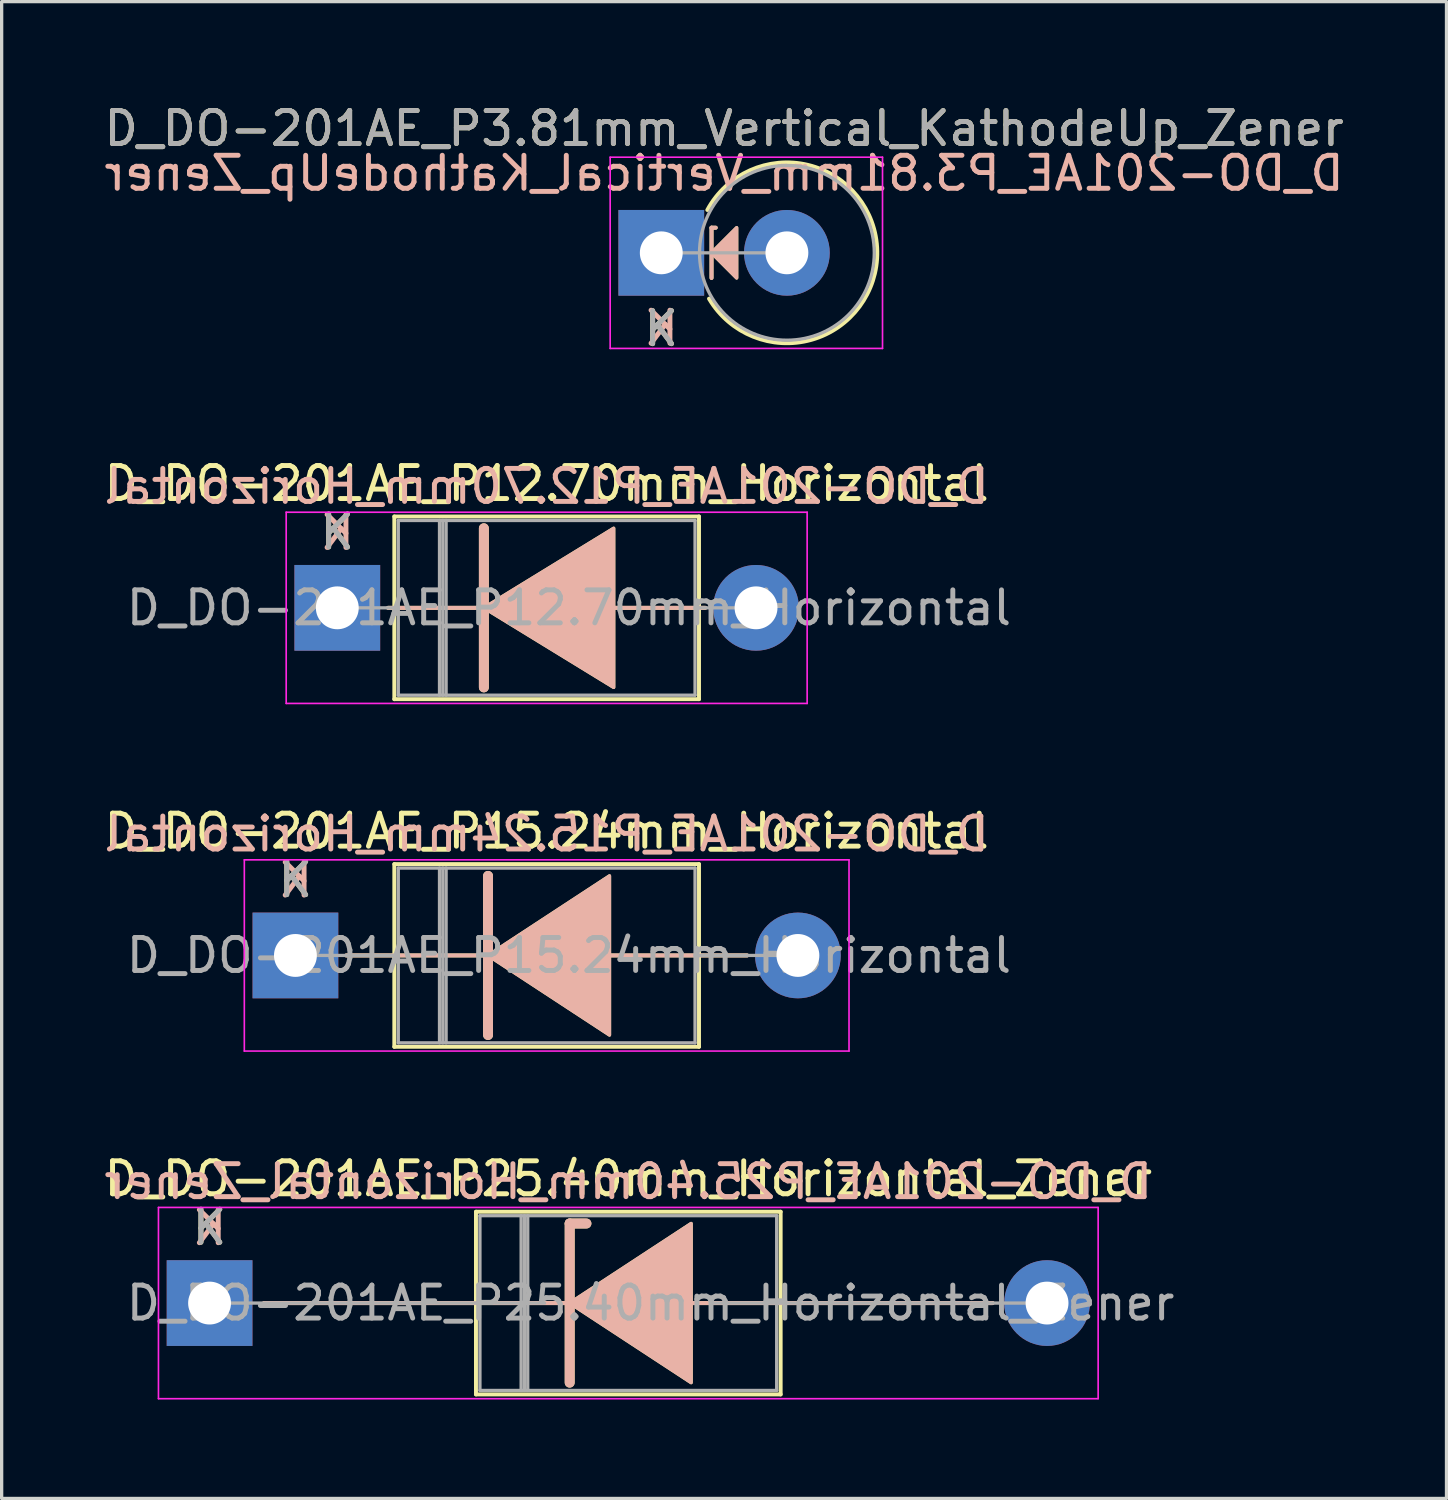
<source format=kicad_pcb>
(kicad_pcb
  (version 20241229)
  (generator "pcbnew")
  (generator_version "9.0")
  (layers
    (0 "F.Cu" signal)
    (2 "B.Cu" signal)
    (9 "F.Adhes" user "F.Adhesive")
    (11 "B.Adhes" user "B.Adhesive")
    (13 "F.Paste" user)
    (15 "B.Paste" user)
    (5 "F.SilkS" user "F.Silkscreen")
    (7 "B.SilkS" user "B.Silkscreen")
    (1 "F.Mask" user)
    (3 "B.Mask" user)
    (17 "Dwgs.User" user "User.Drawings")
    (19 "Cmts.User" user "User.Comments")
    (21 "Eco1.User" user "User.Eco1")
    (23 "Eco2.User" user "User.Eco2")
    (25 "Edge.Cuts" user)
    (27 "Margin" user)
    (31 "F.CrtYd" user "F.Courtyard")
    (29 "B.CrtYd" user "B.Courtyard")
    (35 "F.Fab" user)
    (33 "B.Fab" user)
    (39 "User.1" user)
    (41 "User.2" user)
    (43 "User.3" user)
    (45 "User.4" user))
  (footprint "D_DO-201AE_P15.24mm_Horizontal"
    (layer "F.Cu")
    (at 5.91 25.928)
    (property "Reference" "D_DO-201AE_P15.24mm_Horizontal" (at 7.62 -3.77 0) (layer "F.SilkS") (effects (font (size 1 1) (thickness 0.15))))
    (fp_line (start 1.54 0) (end 3 0) (stroke (width 0.12) (type solid)) (layer "F.SilkS"))
    (fp_line (start 3 -2.77) (end 3 2.77) (stroke (width 0.12) (type solid)) (layer "F.SilkS"))
    (fp_line (start 3 2.77) (end 12.24 2.77) (stroke (width 0.12) (type solid)) (layer "F.SilkS"))
    (fp_line (start 5.842 -2.413) (end 5.842 2.413) (stroke (width 0.3) (type solid)) (layer "F.SilkS"))
    (fp_line (start 5.969 0) (end 3 0) (stroke (width 0.12) (type solid)) (layer "F.SilkS"))
    (fp_line (start 9.525 0) (end 12.24 0) (stroke (width 0.12) (type solid)) (layer "F.SilkS"))
    (fp_line (start 12.24 -2.77) (end 3 -2.77) (stroke (width 0.12) (type solid)) (layer "F.SilkS"))
    (fp_line (start 12.24 2.77) (end 12.24 -2.77) (stroke (width 0.12) (type solid)) (layer "F.SilkS"))
    (fp_line (start 13.7 0) (end 12.24 0) (stroke (width 0.12) (type solid)) (layer "F.SilkS"))
    (fp_poly (pts (xy 9.525 2.413) (xy 5.842 0) (xy 9.525 -2.413)) (stroke (width 0.1) (type solid)) (fill yes) (layer "F.SilkS"))
    (fp_line (start 1.54 0) (end 3 0) (stroke (width 0.12) (type solid)) (layer "B.SilkS"))
    (fp_line (start 5.842 2.413) (end 5.842 -2.413) (stroke (width 0.3) (type solid)) (layer "B.SilkS"))
    (fp_line (start 5.969 0) (end 3 0) (stroke (width 0.12) (type solid)) (layer "B.SilkS"))
    (fp_line (start 9.525 0) (end 12.24 0) (stroke (width 0.12) (type solid)) (layer "B.SilkS"))
    (fp_line (start 13.7 0) (end 12.24 0) (stroke (width 0.12) (type solid)) (layer "B.SilkS"))
    (fp_poly (pts (xy 9.525 -2.413) (xy 5.842 0) (xy 9.525 2.413)) (stroke (width 0.1) (type solid)) (fill yes) (layer "B.SilkS"))
    (fp_line (start -1.55 -2.9) (end -1.55 2.9) (stroke (width 0.05) (type solid)) (layer "F.CrtYd"))
    (fp_line (start -1.55 2.9) (end 16.79 2.9) (stroke (width 0.05) (type solid)) (layer "F.CrtYd"))
    (fp_line (start 16.79 -2.9) (end -1.55 -2.9) (stroke (width 0.05) (type solid)) (layer "F.CrtYd"))
    (fp_line (start 16.79 2.9) (end 16.79 -2.9) (stroke (width 0.05) (type solid)) (layer "F.CrtYd"))
    (fp_line (start 0 0) (end 3.12 0) (stroke (width 0.1) (type solid)) (layer "F.Fab"))
    (fp_line (start 3.12 -2.65) (end 3.12 2.65) (stroke (width 0.1) (type solid)) (layer "F.Fab"))
    (fp_line (start 3.12 2.65) (end 12.12 2.65) (stroke (width 0.1) (type solid)) (layer "F.Fab"))
    (fp_line (start 4.37 -2.65) (end 4.37 2.65) (stroke (width 0.1) (type solid)) (layer "F.Fab"))
    (fp_line (start 4.47 -2.65) (end 4.47 2.65) (stroke (width 0.1) (type solid)) (layer "F.Fab"))
    (fp_line (start 4.57 -2.65) (end 4.57 2.65) (stroke (width 0.1) (type solid)) (layer "F.Fab"))
    (fp_line (start 12.12 -2.65) (end 3.12 -2.65) (stroke (width 0.1) (type solid)) (layer "F.Fab"))
    (fp_line (start 12.12 2.65) (end 12.12 -2.65) (stroke (width 0.1) (type solid)) (layer "F.Fab"))
    (fp_line (start 15.24 0) (end 12.12 0) (stroke (width 0.1) (type solid)) (layer "F.Fab"))
    (fp_text user "K" (at 0 -2.3 0) (layer "F.SilkS") (effects (font (size 1 1) (thickness 0.15))))
    (fp_text user "K" (at 0 -2.286 0) (layer "B.SilkS") (effects (font (size 1 1) (thickness 0.15)) (justify mirror)))
    (fp_text user "${REFERENCE}" (at 7.62 -3.683 0) (layer "B.SilkS") (effects (font (size 1 1) (thickness 0.15)) (justify mirror)))
    (fp_text user "K" (at 0 -2.3 0) (layer "F.Fab") (effects (font (size 1 1) (thickness 0.15))))
    (fp_text user "${REFERENCE}" (at 8.295 0 0) (layer "F.Fab") (effects (font (size 1 1) (thickness 0.15))))
    (pad "1" thru_hole rect (at 0 0) (size 2.6 2.6) (drill 1.3) (layers "*.Cu" "*.Mask"))
    (pad "2" thru_hole oval (at 15.24 0) (size 2.6 2.6) (drill 1.3) (layers "*.Cu" "*.Mask")))
  (footprint "D_DO-201AE_P3.81mm_Vertical_KathodeUp_Zener"
    (layer "F.Cu")
    (at 17.006 4.618)
    (property "Reference" "D_DO-201AE_P3.81mm_Vertical_KathodeUp_Zener" (at 1.905 -3.77 0) (layer "F.SilkS") (effects (font (size 1 1) (thickness 0.15))))
    (fp_line (start 1.524 -0.762) (end 1.524 0.762) (stroke (width 0.12) (type solid)) (layer "F.SilkS"))
    (fp_line (start 1.524 -0.762) (end 1.651 -0.762) (stroke (width 0.12) (type solid)) (layer "F.SilkS"))
    (fp_arc (start 1.396849 -1.3) (mid 6.55054 -0.052312) (end 1.448218 1.391144) (stroke (width 0.12) (type solid)) (layer "F.SilkS"))
    (fp_poly (pts (xy 2.286 0.762) (xy 1.524 0) (xy 2.286 -0.762)) (stroke (width 0.1) (type solid)) (fill yes) (layer "F.SilkS"))
    (fp_line (start 1.524 -0.762) (end 1.651 -0.762) (stroke (width 0.12) (type solid)) (layer "B.SilkS"))
    (fp_line (start 1.524 0.762) (end 1.524 -0.762) (stroke (width 0.12) (type solid)) (layer "B.SilkS"))
    (fp_poly (pts (xy 2.286 -0.762) (xy 1.524 0) (xy 2.286 0.762)) (stroke (width 0.1) (type solid)) (fill yes) (layer "B.SilkS"))
    (fp_line (start -1.55 -2.9) (end -1.55 2.9) (stroke (width 0.05) (type solid)) (layer "F.CrtYd"))
    (fp_line (start -1.55 2.9) (end 6.71 2.9) (stroke (width 0.05) (type solid)) (layer "F.CrtYd"))
    (fp_line (start 6.71 -2.9) (end -1.55 -2.9) (stroke (width 0.05) (type solid)) (layer "F.CrtYd"))
    (fp_line (start 6.71 2.9) (end 6.71 -2.9) (stroke (width 0.05) (type solid)) (layer "F.CrtYd"))
    (fp_line (start 0 0) (end 3.81 0) (stroke (width 0.1) (type solid)) (layer "F.Fab"))
    (fp_circle (center 3.81 0) (end 6.46 0) (stroke (width 0.1) (type solid)) (fill no) (layer "F.Fab"))
    (fp_text user "K" (at 0 2.3 0) (layer "F.SilkS") (effects (font (size 1 1) (thickness 0.15))))
    (fp_text user "${REFERENCE}" (at 1.905 -2.413 0) (layer "B.SilkS") (effects (font (size 1 1) (thickness 0.15)) (justify mirror)))
    (fp_text user "K" (at 0 2.286 0) (layer "B.SilkS") (effects (font (size 1 1) (thickness 0.15)) (justify mirror)))
    (fp_text user "K" (at 0 2.3 0) (layer "F.Fab") (effects (font (size 1 1) (thickness 0.15))))
    (fp_text user "${REFERENCE}" (at 1.905 -3.77 0) (layer "F.Fab") (effects (font (size 1 1) (thickness 0.15))))
    (pad "1" thru_hole rect (at 0 0) (size 2.6 2.6) (drill 1.3) (layers "*.Cu" "*.Mask"))
    (pad "2" thru_hole oval (at 3.81 0) (size 2.6 2.6) (drill 1.3) (layers "*.Cu" "*.Mask")))
  (footprint "D_DO-201AE_P12.70mm_Horizontal"
    (layer "F.Cu")
    (at 7.18 15.385)
    (property "Reference" "D_DO-201AE_P12.70mm_Horizontal" (at 6.35 -3.77 0) (layer "F.SilkS") (effects (font (size 1 1) (thickness 0.15))))
    (fp_line (start 1.54 0) (end 1.73 0) (stroke (width 0.12) (type solid)) (layer "F.SilkS"))
    (fp_line (start 1.73 -2.77) (end 1.73 2.77) (stroke (width 0.12) (type solid)) (layer "F.SilkS"))
    (fp_line (start 1.73 2.77) (end 10.97 2.77) (stroke (width 0.12) (type solid)) (layer "F.SilkS"))
    (fp_line (start 4.445 -2.413) (end 4.445 2.413) (stroke (width 0.3) (type solid)) (layer "F.SilkS"))
    (fp_line (start 4.699 0) (end 1.73 0) (stroke (width 0.12) (type solid)) (layer "F.SilkS"))
    (fp_line (start 8.255 0) (end 10.97 0) (stroke (width 0.12) (type solid)) (layer "F.SilkS"))
    (fp_line (start 10.97 -2.77) (end 1.73 -2.77) (stroke (width 0.12) (type solid)) (layer "F.SilkS"))
    (fp_line (start 10.97 2.77) (end 10.97 -2.77) (stroke (width 0.12) (type solid)) (layer "F.SilkS"))
    (fp_line (start 11.16 0) (end 10.97 0) (stroke (width 0.12) (type solid)) (layer "F.SilkS"))
    (fp_poly (pts (xy 8.382 2.413) (xy 4.445 0) (xy 8.382 -2.413)) (stroke (width 0.1) (type solid)) (fill yes) (layer "F.SilkS"))
    (fp_line (start 1.54 0) (end 1.73 0) (stroke (width 0.12) (type solid)) (layer "B.SilkS"))
    (fp_line (start 4.445 2.413) (end 4.445 -2.413) (stroke (width 0.3) (type solid)) (layer "B.SilkS"))
    (fp_line (start 4.699 0) (end 1.73 0) (stroke (width 0.12) (type solid)) (layer "B.SilkS"))
    (fp_line (start 8.255 0) (end 10.97 0) (stroke (width 0.12) (type solid)) (layer "B.SilkS"))
    (fp_line (start 11.16 0) (end 10.97 0) (stroke (width 0.12) (type solid)) (layer "B.SilkS"))
    (fp_poly (pts (xy 8.382 -2.413) (xy 4.445 0) (xy 8.382 2.413)) (stroke (width 0.1) (type solid)) (fill yes) (layer "B.SilkS"))
    (fp_line (start -1.55 -2.9) (end -1.55 2.9) (stroke (width 0.05) (type solid)) (layer "F.CrtYd"))
    (fp_line (start -1.55 2.9) (end 14.25 2.9) (stroke (width 0.05) (type solid)) (layer "F.CrtYd"))
    (fp_line (start 14.25 -2.9) (end -1.55 -2.9) (stroke (width 0.05) (type solid)) (layer "F.CrtYd"))
    (fp_line (start 14.25 2.9) (end 14.25 -2.9) (stroke (width 0.05) (type solid)) (layer "F.CrtYd"))
    (fp_line (start 0 0) (end 1.85 0) (stroke (width 0.1) (type solid)) (layer "F.Fab"))
    (fp_line (start 1.85 -2.65) (end 1.85 2.65) (stroke (width 0.1) (type solid)) (layer "F.Fab"))
    (fp_line (start 1.85 2.65) (end 10.85 2.65) (stroke (width 0.1) (type solid)) (layer "F.Fab"))
    (fp_line (start 3.1 -2.65) (end 3.1 2.65) (stroke (width 0.1) (type solid)) (layer "F.Fab"))
    (fp_line (start 3.2 -2.65) (end 3.2 2.65) (stroke (width 0.1) (type solid)) (layer "F.Fab"))
    (fp_line (start 3.3 -2.65) (end 3.3 2.65) (stroke (width 0.1) (type solid)) (layer "F.Fab"))
    (fp_line (start 10.85 -2.65) (end 1.85 -2.65) (stroke (width 0.1) (type solid)) (layer "F.Fab"))
    (fp_line (start 10.85 2.65) (end 10.85 -2.65) (stroke (width 0.1) (type solid)) (layer "F.Fab"))
    (fp_line (start 12.7 0) (end 10.85 0) (stroke (width 0.1) (type solid)) (layer "F.Fab"))
    (fp_text user "K" (at 0 -2.3 0) (layer "F.SilkS") (effects (font (size 1 1) (thickness 0.15))))
    (fp_text user "${REFERENCE}" (at 6.35 -3.683 0) (layer "B.SilkS") (effects (font (size 1 1) (thickness 0.15)) (justify mirror)))
    (fp_text user "K" (at 0 -2.286 0) (layer "B.SilkS") (effects (font (size 1 1) (thickness 0.15)) (justify mirror)))
    (fp_text user "K" (at 0 -2.3 0) (layer "F.Fab") (effects (font (size 1 1) (thickness 0.15))))
    (fp_text user "${REFERENCE}" (at 7.025 0 0) (layer "F.Fab") (effects (font (size 1 1) (thickness 0.15))))
    (pad "1" thru_hole rect (at 0 0) (size 2.6 2.6) (drill 1.3) (layers "*.Cu" "*.Mask"))
    (pad "2" thru_hole oval (at 12.7 0) (size 2.6 2.6) (drill 1.3) (layers "*.Cu" "*.Mask")))
  (footprint "D_DO-201AE_P25.40mm_Horizontal_Zener"
    (layer "F.Cu")
    (at 3.306 36.471)
    (property "Reference" "D_DO-201AE_P25.40mm_Horizontal_Zener" (at 12.7 -3.77 0) (layer "F.SilkS") (effects (font (size 1 1) (thickness 0.15))))
    (fp_line (start 1.651 0) (end 8.08 0) (stroke (width 0.12) (type solid)) (layer "F.SilkS"))
    (fp_line (start 8.08 -2.77) (end 8.08 2.77) (stroke (width 0.12) (type solid)) (layer "F.SilkS"))
    (fp_line (start 8.08 2.77) (end 17.32 2.77) (stroke (width 0.12) (type solid)) (layer "F.SilkS"))
    (fp_line (start 10.922 -2.413) (end 10.922 2.413) (stroke (width 0.3) (type solid)) (layer "F.SilkS"))
    (fp_line (start 10.922 -2.413) (end 11.43 -2.413) (stroke (width 0.3) (type solid)) (layer "F.SilkS"))
    (fp_line (start 11.049 0) (end 8.08 0) (stroke (width 0.12) (type solid)) (layer "F.SilkS"))
    (fp_line (start 14.605 0) (end 17.32 0) (stroke (width 0.12) (type solid)) (layer "F.SilkS"))
    (fp_line (start 17.32 -2.77) (end 8.08 -2.77) (stroke (width 0.12) (type solid)) (layer "F.SilkS"))
    (fp_line (start 17.32 2.77) (end 17.32 -2.77) (stroke (width 0.12) (type solid)) (layer "F.SilkS"))
    (fp_line (start 23.749 0) (end 17.32 0) (stroke (width 0.12) (type solid)) (layer "F.SilkS"))
    (fp_poly (pts (xy 14.605 2.413) (xy 10.922 0) (xy 14.605 -2.413)) (stroke (width 0.1) (type solid)) (fill yes) (layer "F.SilkS"))
    (fp_line (start 1.651 0) (end 8.08 0) (stroke (width 0.12) (type solid)) (layer "B.SilkS"))
    (fp_line (start 10.922 -2.413) (end 11.43 -2.413) (stroke (width 0.3) (type solid)) (layer "B.SilkS"))
    (fp_line (start 10.922 2.413) (end 10.922 -2.413) (stroke (width 0.3) (type solid)) (layer "B.SilkS"))
    (fp_line (start 11.049 0) (end 8.08 0) (stroke (width 0.12) (type solid)) (layer "B.SilkS"))
    (fp_line (start 14.605 0) (end 17.32 0) (stroke (width 0.12) (type solid)) (layer "B.SilkS"))
    (fp_line (start 23.749 0) (end 17.32 0) (stroke (width 0.12) (type solid)) (layer "B.SilkS"))
    (fp_poly (pts (xy 14.605 -2.413) (xy 10.922 0) (xy 14.605 2.413)) (stroke (width 0.1) (type solid)) (fill yes) (layer "B.SilkS"))
    (fp_line (start -1.55 -2.9) (end -1.55 2.9) (stroke (width 0.05) (type solid)) (layer "F.CrtYd"))
    (fp_line (start -1.55 2.9) (end 26.95 2.9) (stroke (width 0.05) (type solid)) (layer "F.CrtYd"))
    (fp_line (start 26.95 -2.9) (end -1.55 -2.9) (stroke (width 0.05) (type solid)) (layer "F.CrtYd"))
    (fp_line (start 26.95 2.9) (end 26.95 -2.9) (stroke (width 0.05) (type solid)) (layer "F.CrtYd"))
    (fp_line (start 0 0) (end 10.16 0) (stroke (width 0.1) (type solid)) (layer "F.Fab"))
    (fp_line (start 8.2 -2.65) (end 8.2 2.65) (stroke (width 0.1) (type solid)) (layer "F.Fab"))
    (fp_line (start 8.2 2.65) (end 17.2 2.65) (stroke (width 0.1) (type solid)) (layer "F.Fab"))
    (fp_line (start 9.45 -2.65) (end 9.45 2.65) (stroke (width 0.1) (type solid)) (layer "F.Fab"))
    (fp_line (start 9.55 -2.65) (end 9.55 2.65) (stroke (width 0.1) (type solid)) (layer "F.Fab"))
    (fp_line (start 9.65 -2.65) (end 9.65 2.65) (stroke (width 0.1) (type solid)) (layer "F.Fab"))
    (fp_line (start 17.2 -2.65) (end 8.2 -2.65) (stroke (width 0.1) (type solid)) (layer "F.Fab"))
    (fp_line (start 17.2 2.65) (end 17.2 -2.65) (stroke (width 0.1) (type solid)) (layer "F.Fab"))
    (fp_line (start 25.4 0) (end 15.24 0) (stroke (width 0.1) (type solid)) (layer "F.Fab"))
    (fp_text user "K" (at 0 -2.3 0) (layer "F.SilkS") (effects (font (size 1 1) (thickness 0.15))))
    (fp_text user "K" (at 0 -2.286 0) (layer "B.SilkS") (effects (font (size 1 1) (thickness 0.15)) (justify mirror)))
    (fp_text user "${REFERENCE}" (at 12.7 -3.683 0) (layer "B.SilkS") (effects (font (size 1 1) (thickness 0.15)) (justify mirror)))
    (fp_text user "${REFERENCE}" (at 13.375 0 0) (layer "F.Fab") (effects (font (size 1 1) (thickness 0.15))))
    (fp_text user "K" (at 0 -2.3 0) (layer "F.Fab") (effects (font (size 1 1) (thickness 0.15))))
    (pad "1" thru_hole rect (at 0 0) (size 2.6 2.6) (drill 1.3) (layers "*.Cu" "*.Mask"))
    (pad "2" thru_hole oval (at 25.4 0) (size 2.6 2.6) (drill 1.3) (layers "*.Cu" "*.Mask")))
  (gr_rect
    (start -3 -3)
    (end 40.821 42.396)
    (stroke (width 0.1) (type default))
    (fill no)
    (layer "Edge.Cuts")))
</source>
